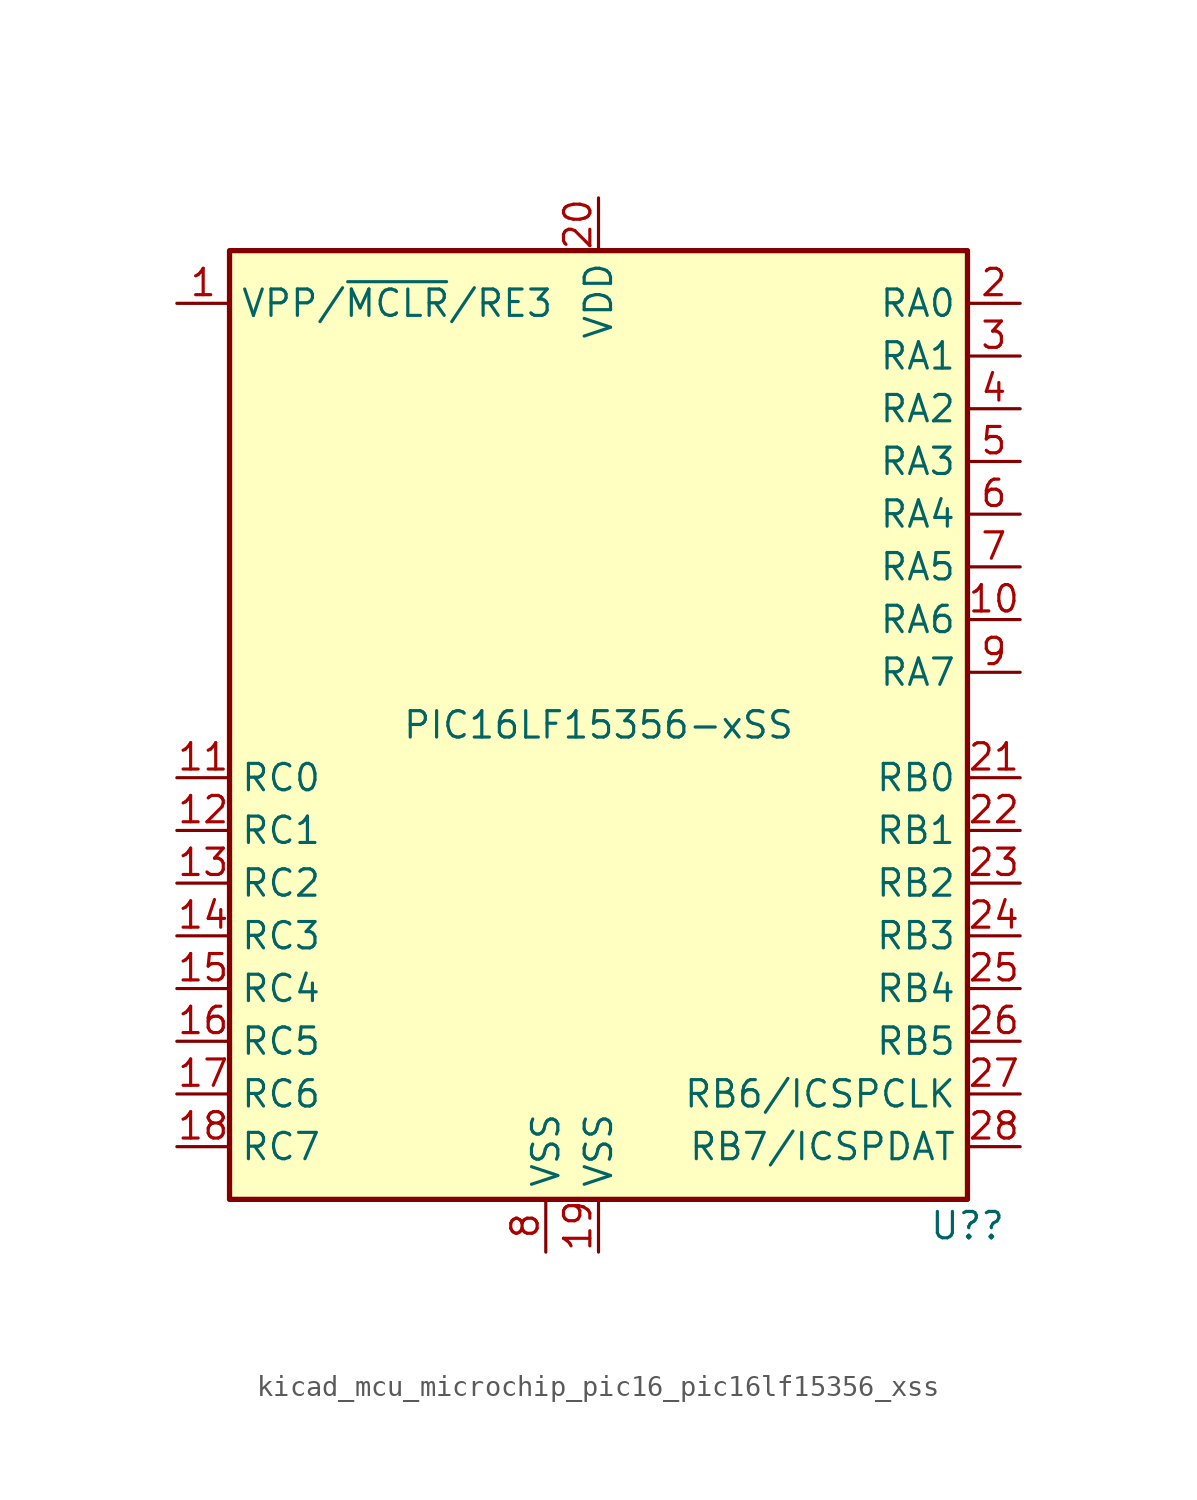
<source format=kicad_sym>
(kicad_symbol_lib
  (version 20220914)
  (generator kicad_symbol_editor)
  (symbol "kicad_mcu_microchip_pic16_pic16lf15356_xss"
    (property "Reference" "U?"
      (at 17.78 -24.13 0)
      (effects (font (size 1.27 1.27))))
    (property "Value" "PIC16LF15356-xSS"
      (at 0 0 0)
      (effects (font (size 1.27 1.27))))
    (symbol "kicad_mcu_microchip_pic16_pic16lf15356_xss_0_1"
      (rectangle (start 17.78 22.86) (end -17.78 -22.86) (stroke (width 0.254) (type default)) (fill (type background))))
    (symbol "kicad_mcu_microchip_pic16_pic16lf15356_xss_1_1"
      (pin bidirectional line (at -20.32 20.32 0) (length 2.54) (name "VPP/~{MCLR}/RE3" (effects (font (size 1.27 1.27)))) (number "1" (effects (font (size 1.27 1.27)))))
      (pin bidirectional line (at 20.32 5.08 180) (length 2.54) (name "RA6" (effects (font (size 1.27 1.27)))) (number "10" (effects (font (size 1.27 1.27)))))
      (pin bidirectional line (at -20.32 -2.54 0) (length 2.54) (name "RC0" (effects (font (size 1.27 1.27)))) (number "11" (effects (font (size 1.27 1.27)))))
      (pin bidirectional line (at -20.32 -5.08 0) (length 2.54) (name "RC1" (effects (font (size 1.27 1.27)))) (number "12" (effects (font (size 1.27 1.27)))))
      (pin bidirectional line (at -20.32 -7.62 0) (length 2.54) (name "RC2" (effects (font (size 1.27 1.27)))) (number "13" (effects (font (size 1.27 1.27)))))
      (pin bidirectional line (at -20.32 -10.16 0) (length 2.54) (name "RC3" (effects (font (size 1.27 1.27)))) (number "14" (effects (font (size 1.27 1.27)))))
      (pin bidirectional line (at -20.32 -12.7 0) (length 2.54) (name "RC4" (effects (font (size 1.27 1.27)))) (number "15" (effects (font (size 1.27 1.27)))))
      (pin bidirectional line (at -20.32 -15.24 0) (length 2.54) (name "RC5" (effects (font (size 1.27 1.27)))) (number "16" (effects (font (size 1.27 1.27)))))
      (pin bidirectional line (at -20.32 -17.78 0) (length 2.54) (name "RC6" (effects (font (size 1.27 1.27)))) (number "17" (effects (font (size 1.27 1.27)))))
      (pin bidirectional line (at -20.32 -20.32 0) (length 2.54) (name "RC7" (effects (font (size 1.27 1.27)))) (number "18" (effects (font (size 1.27 1.27)))))
      (pin power_in line (at 0 -25.4 90) (length 2.54) (name "VSS" (effects (font (size 1.27 1.27)))) (number "19" (effects (font (size 1.27 1.27)))))
      (pin bidirectional line (at 20.32 20.32 180) (length 2.54) (name "RA0" (effects (font (size 1.27 1.27)))) (number "2" (effects (font (size 1.27 1.27)))))
      (pin power_in line (at 0 25.4 270) (length 2.54) (name "VDD" (effects (font (size 1.27 1.27)))) (number "20" (effects (font (size 1.27 1.27)))))
      (pin bidirectional line (at 20.32 -2.54 180) (length 2.54) (name "RB0" (effects (font (size 1.27 1.27)))) (number "21" (effects (font (size 1.27 1.27)))))
      (pin bidirectional line (at 20.32 -5.08 180) (length 2.54) (name "RB1" (effects (font (size 1.27 1.27)))) (number "22" (effects (font (size 1.27 1.27)))))
      (pin bidirectional line (at 20.32 -7.62 180) (length 2.54) (name "RB2" (effects (font (size 1.27 1.27)))) (number "23" (effects (font (size 1.27 1.27)))))
      (pin bidirectional line (at 20.32 -10.16 180) (length 2.54) (name "RB3" (effects (font (size 1.27 1.27)))) (number "24" (effects (font (size 1.27 1.27)))))
      (pin bidirectional line (at 20.32 -12.7 180) (length 2.54) (name "RB4" (effects (font (size 1.27 1.27)))) (number "25" (effects (font (size 1.27 1.27)))))
      (pin bidirectional line (at 20.32 -15.24 180) (length 2.54) (name "RB5" (effects (font (size 1.27 1.27)))) (number "26" (effects (font (size 1.27 1.27)))))
      (pin bidirectional line (at 20.32 -17.78 180) (length 2.54) (name "RB6/ICSPCLK" (effects (font (size 1.27 1.27)))) (number "27" (effects (font (size 1.27 1.27)))))
      (pin bidirectional line (at 20.32 -20.32 180) (length 2.54) (name "RB7/ICSPDAT" (effects (font (size 1.27 1.27)))) (number "28" (effects (font (size 1.27 1.27)))))
      (pin bidirectional line (at 20.32 17.78 180) (length 2.54) (name "RA1" (effects (font (size 1.27 1.27)))) (number "3" (effects (font (size 1.27 1.27)))))
      (pin bidirectional line (at 20.32 15.24 180) (length 2.54) (name "RA2" (effects (font (size 1.27 1.27)))) (number "4" (effects (font (size 1.27 1.27)))))
      (pin bidirectional line (at 20.32 12.7 180) (length 2.54) (name "RA3" (effects (font (size 1.27 1.27)))) (number "5" (effects (font (size 1.27 1.27)))))
      (pin bidirectional line (at 20.32 10.16 180) (length 2.54) (name "RA4" (effects (font (size 1.27 1.27)))) (number "6" (effects (font (size 1.27 1.27)))))
      (pin bidirectional line (at 20.32 7.62 180) (length 2.54) (name "RA5" (effects (font (size 1.27 1.27)))) (number "7" (effects (font (size 1.27 1.27)))))
      (pin power_in line (at -2.54 -25.4 90) (length 2.54) (name "VSS" (effects (font (size 1.27 1.27)))) (number "8" (effects (font (size 1.27 1.27)))))
      (pin bidirectional line (at 20.32 2.54 180) (length 2.54) (name "RA7" (effects (font (size 1.27 1.27)))) (number "9" (effects (font (size 1.27 1.27))))))))
</source>
